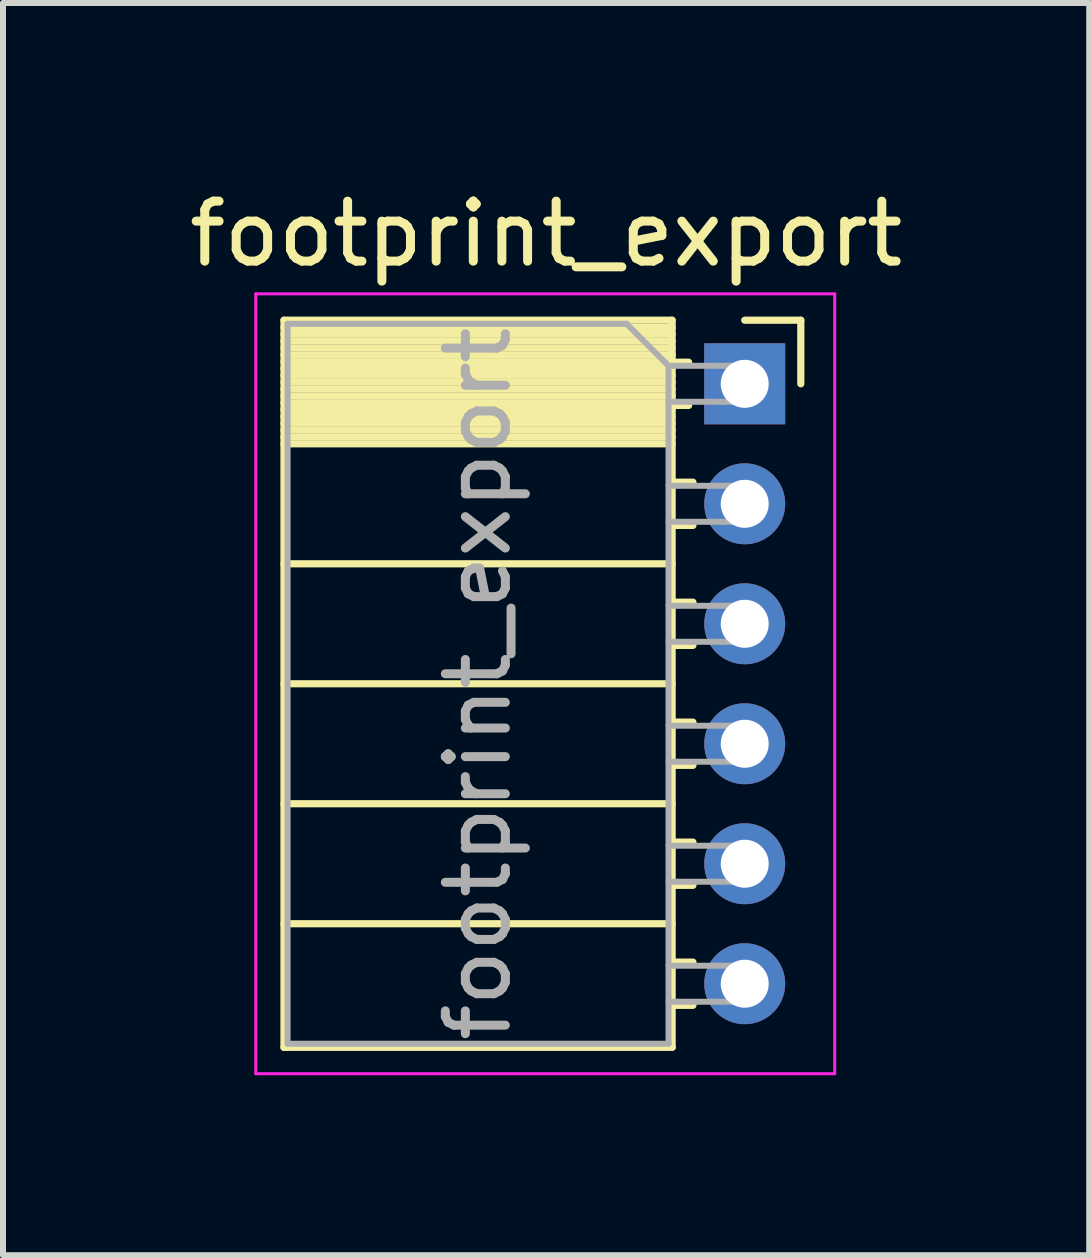
<source format=kicad_pcb>
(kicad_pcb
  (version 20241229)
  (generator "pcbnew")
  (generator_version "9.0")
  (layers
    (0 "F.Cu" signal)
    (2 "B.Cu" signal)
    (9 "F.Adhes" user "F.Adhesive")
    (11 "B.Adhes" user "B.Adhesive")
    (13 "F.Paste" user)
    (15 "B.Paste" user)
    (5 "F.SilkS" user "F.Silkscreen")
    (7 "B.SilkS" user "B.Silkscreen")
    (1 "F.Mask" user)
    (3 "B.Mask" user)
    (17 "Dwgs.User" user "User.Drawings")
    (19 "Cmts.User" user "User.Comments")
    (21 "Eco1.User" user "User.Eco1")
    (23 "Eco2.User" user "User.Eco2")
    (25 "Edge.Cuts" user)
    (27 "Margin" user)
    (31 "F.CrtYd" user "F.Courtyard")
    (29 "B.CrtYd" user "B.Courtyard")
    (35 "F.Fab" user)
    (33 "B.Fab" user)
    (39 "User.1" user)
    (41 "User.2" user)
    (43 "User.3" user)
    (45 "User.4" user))
  (footprint "footprint_export"
    (layer "F.Cu")
    (at 9.364 3.348)
    (property "Reference" "footprint_export" (at -3.31 -2.5 0) (layer "F.SilkS") (effects (font (size 1 1) (thickness 0.15))))
    (attr through_hole)
    (fp_line (start -7.68 -1.06) (end -7.68 11.06) (stroke (width 0.12) (type solid)) (layer "F.SilkS"))
    (fp_line (start -7.68 -1.06) (end -1.21 -1.06) (stroke (width 0.12) (type solid)) (layer "F.SilkS"))
    (fp_line (start -7.68 -0.94) (end -1.21 -0.94) (stroke (width 0.12) (type solid)) (layer "F.SilkS"))
    (fp_line (start -7.68 -0.826) (end -1.21 -0.826) (stroke (width 0.12) (type solid)) (layer "F.SilkS"))
    (fp_line (start -7.68 -0.712) (end -1.21 -0.712) (stroke (width 0.12) (type solid)) (layer "F.SilkS"))
    (fp_line (start -7.68 -0.598) (end -1.21 -0.598) (stroke (width 0.12) (type solid)) (layer "F.SilkS"))
    (fp_line (start -7.68 -0.484) (end -1.21 -0.484) (stroke (width 0.12) (type solid)) (layer "F.SilkS"))
    (fp_line (start -7.68 -0.369) (end -1.21 -0.369) (stroke (width 0.12) (type solid)) (layer "F.SilkS"))
    (fp_line (start -7.68 -0.255) (end -1.21 -0.255) (stroke (width 0.12) (type solid)) (layer "F.SilkS"))
    (fp_line (start -7.68 -0.141) (end -1.21 -0.141) (stroke (width 0.12) (type solid)) (layer "F.SilkS"))
    (fp_line (start -7.68 -0.027) (end -1.21 -0.027) (stroke (width 0.12) (type solid)) (layer "F.SilkS"))
    (fp_line (start -7.68 0.087) (end -1.21 0.087) (stroke (width 0.12) (type solid)) (layer "F.SilkS"))
    (fp_line (start -7.68 0.201) (end -1.21 0.201) (stroke (width 0.12) (type solid)) (layer "F.SilkS"))
    (fp_line (start -7.68 0.315) (end -1.21 0.315) (stroke (width 0.12) (type solid)) (layer "F.SilkS"))
    (fp_line (start -7.68 0.429) (end -1.21 0.429) (stroke (width 0.12) (type solid)) (layer "F.SilkS"))
    (fp_line (start -7.68 0.544) (end -1.21 0.544) (stroke (width 0.12) (type solid)) (layer "F.SilkS"))
    (fp_line (start -7.68 0.658) (end -1.21 0.658) (stroke (width 0.12) (type solid)) (layer "F.SilkS"))
    (fp_line (start -7.68 0.772) (end -1.21 0.772) (stroke (width 0.12) (type solid)) (layer "F.SilkS"))
    (fp_line (start -7.68 0.886) (end -1.21 0.886) (stroke (width 0.12) (type solid)) (layer "F.SilkS"))
    (fp_line (start -7.68 1) (end -1.21 1) (stroke (width 0.12) (type solid)) (layer "F.SilkS"))
    (fp_line (start -7.68 3) (end -1.21 3) (stroke (width 0.12) (type solid)) (layer "F.SilkS"))
    (fp_line (start -7.68 5) (end -1.21 5) (stroke (width 0.12) (type solid)) (layer "F.SilkS"))
    (fp_line (start -7.68 7) (end -1.21 7) (stroke (width 0.12) (type solid)) (layer "F.SilkS"))
    (fp_line (start -7.68 9) (end -1.21 9) (stroke (width 0.12) (type solid)) (layer "F.SilkS"))
    (fp_line (start -7.68 11.06) (end -1.21 11.06) (stroke (width 0.12) (type solid)) (layer "F.SilkS"))
    (fp_line (start -1.21 -1.06) (end -1.21 11.06) (stroke (width 0.12) (type solid)) (layer "F.SilkS"))
    (fp_line (start -1.21 -0.36) (end -0.935 -0.36) (stroke (width 0.12) (type solid)) (layer "F.SilkS"))
    (fp_line (start -1.21 0.36) (end -0.935 0.36) (stroke (width 0.12) (type solid)) (layer "F.SilkS"))
    (fp_line (start -1.21 1.64) (end -0.863 1.64) (stroke (width 0.12) (type solid)) (layer "F.SilkS"))
    (fp_line (start -1.21 2.36) (end -0.863 2.36) (stroke (width 0.12) (type solid)) (layer "F.SilkS"))
    (fp_line (start -1.21 3.64) (end -0.863 3.64) (stroke (width 0.12) (type solid)) (layer "F.SilkS"))
    (fp_line (start -1.21 4.36) (end -0.863 4.36) (stroke (width 0.12) (type solid)) (layer "F.SilkS"))
    (fp_line (start -1.21 5.64) (end -0.863 5.64) (stroke (width 0.12) (type solid)) (layer "F.SilkS"))
    (fp_line (start -1.21 6.36) (end -0.863 6.36) (stroke (width 0.12) (type solid)) (layer "F.SilkS"))
    (fp_line (start -1.21 7.64) (end -0.863 7.64) (stroke (width 0.12) (type solid)) (layer "F.SilkS"))
    (fp_line (start -1.21 8.36) (end -0.863 8.36) (stroke (width 0.12) (type solid)) (layer "F.SilkS"))
    (fp_line (start -1.21 9.64) (end -0.863 9.64) (stroke (width 0.12) (type solid)) (layer "F.SilkS"))
    (fp_line (start -1.21 10.36) (end -0.863 10.36) (stroke (width 0.12) (type solid)) (layer "F.SilkS"))
    (fp_line (start 0 -1.06) (end 0.935 -1.06) (stroke (width 0.12) (type solid)) (layer "F.SilkS"))
    (fp_line (start 0.935 -1.06) (end 0.935 0) (stroke (width 0.12) (type solid)) (layer "F.SilkS"))
    (fp_line (start -8.15 -1.5) (end -8.15 11.5) (stroke (width 0.05) (type solid)) (layer "F.CrtYd"))
    (fp_line (start -8.15 11.5) (end 1.5 11.5) (stroke (width 0.05) (type solid)) (layer "F.CrtYd"))
    (fp_line (start 1.5 -1.5) (end -8.15 -1.5) (stroke (width 0.05) (type solid)) (layer "F.CrtYd"))
    (fp_line (start 1.5 11.5) (end 1.5 -1.5) (stroke (width 0.05) (type solid)) (layer "F.CrtYd"))
    (fp_line (start -7.62 -1) (end -1.97 -1) (stroke (width 0.1) (type solid)) (layer "F.Fab"))
    (fp_line (start -7.62 11) (end -7.62 -1) (stroke (width 0.1) (type solid)) (layer "F.Fab"))
    (fp_line (start -1.97 -1) (end -1.27 -0.3) (stroke (width 0.1) (type solid)) (layer "F.Fab"))
    (fp_line (start -1.27 -0.3) (end -1.27 11) (stroke (width 0.1) (type solid)) (layer "F.Fab"))
    (fp_line (start -1.27 0.3) (end 0 0.3) (stroke (width 0.1) (type solid)) (layer "F.Fab"))
    (fp_line (start -1.27 2.3) (end 0 2.3) (stroke (width 0.1) (type solid)) (layer "F.Fab"))
    (fp_line (start -1.27 4.3) (end 0 4.3) (stroke (width 0.1) (type solid)) (layer "F.Fab"))
    (fp_line (start -1.27 6.3) (end 0 6.3) (stroke (width 0.1) (type solid)) (layer "F.Fab"))
    (fp_line (start -1.27 8.3) (end 0 8.3) (stroke (width 0.1) (type solid)) (layer "F.Fab"))
    (fp_line (start -1.27 10.3) (end 0 10.3) (stroke (width 0.1) (type solid)) (layer "F.Fab"))
    (fp_line (start -1.27 11) (end -7.62 11) (stroke (width 0.1) (type solid)) (layer "F.Fab"))
    (fp_line (start 0 -0.3) (end -1.27 -0.3) (stroke (width 0.1) (type solid)) (layer "F.Fab"))
    (fp_line (start 0 0.3) (end 0 -0.3) (stroke (width 0.1) (type solid)) (layer "F.Fab"))
    (fp_line (start 0 1.7) (end -1.27 1.7) (stroke (width 0.1) (type solid)) (layer "F.Fab"))
    (fp_line (start 0 2.3) (end 0 1.7) (stroke (width 0.1) (type solid)) (layer "F.Fab"))
    (fp_line (start 0 3.7) (end -1.27 3.7) (stroke (width 0.1) (type solid)) (layer "F.Fab"))
    (fp_line (start 0 4.3) (end 0 3.7) (stroke (width 0.1) (type solid)) (layer "F.Fab"))
    (fp_line (start 0 5.7) (end -1.27 5.7) (stroke (width 0.1) (type solid)) (layer "F.Fab"))
    (fp_line (start 0 6.3) (end 0 5.7) (stroke (width 0.1) (type solid)) (layer "F.Fab"))
    (fp_line (start 0 7.7) (end -1.27 7.7) (stroke (width 0.1) (type solid)) (layer "F.Fab"))
    (fp_line (start 0 8.3) (end 0 7.7) (stroke (width 0.1) (type solid)) (layer "F.Fab"))
    (fp_line (start 0 9.7) (end -1.27 9.7) (stroke (width 0.1) (type solid)) (layer "F.Fab"))
    (fp_line (start 0 10.3) (end 0 9.7) (stroke (width 0.1) (type solid)) (layer "F.Fab"))
    (fp_text user "${REFERENCE}" (at -4.445 5 90) (layer "F.Fab") (effects (font (size 1 1) (thickness 0.15))))
    (pad "1" thru_hole rect (at 0 0) (size 1.35 1.35) (drill 0.8) (layers "*.Cu" "*.Mask"))
    (pad "2" thru_hole oval (at 0 2) (size 1.35 1.35) (drill 0.8) (layers "*.Cu" "*.Mask"))
    (pad "3" thru_hole oval (at 0 4) (size 1.35 1.35) (drill 0.8) (layers "*.Cu" "*.Mask"))
    (pad "4" thru_hole oval (at 0 6) (size 1.35 1.35) (drill 0.8) (layers "*.Cu" "*.Mask"))
    (pad "5" thru_hole oval (at 0 8) (size 1.35 1.35) (drill 0.8) (layers "*.Cu" "*.Mask"))
    (pad "6" thru_hole oval (at 0 10) (size 1.35 1.35) (drill 0.8) (layers "*.Cu" "*.Mask")))
  (gr_rect
    (start -3 -3)
    (end 15.107 17.873)
    (stroke (width 0.1) (type default))
    (fill no)
    (layer "Edge.Cuts")))
</source>
